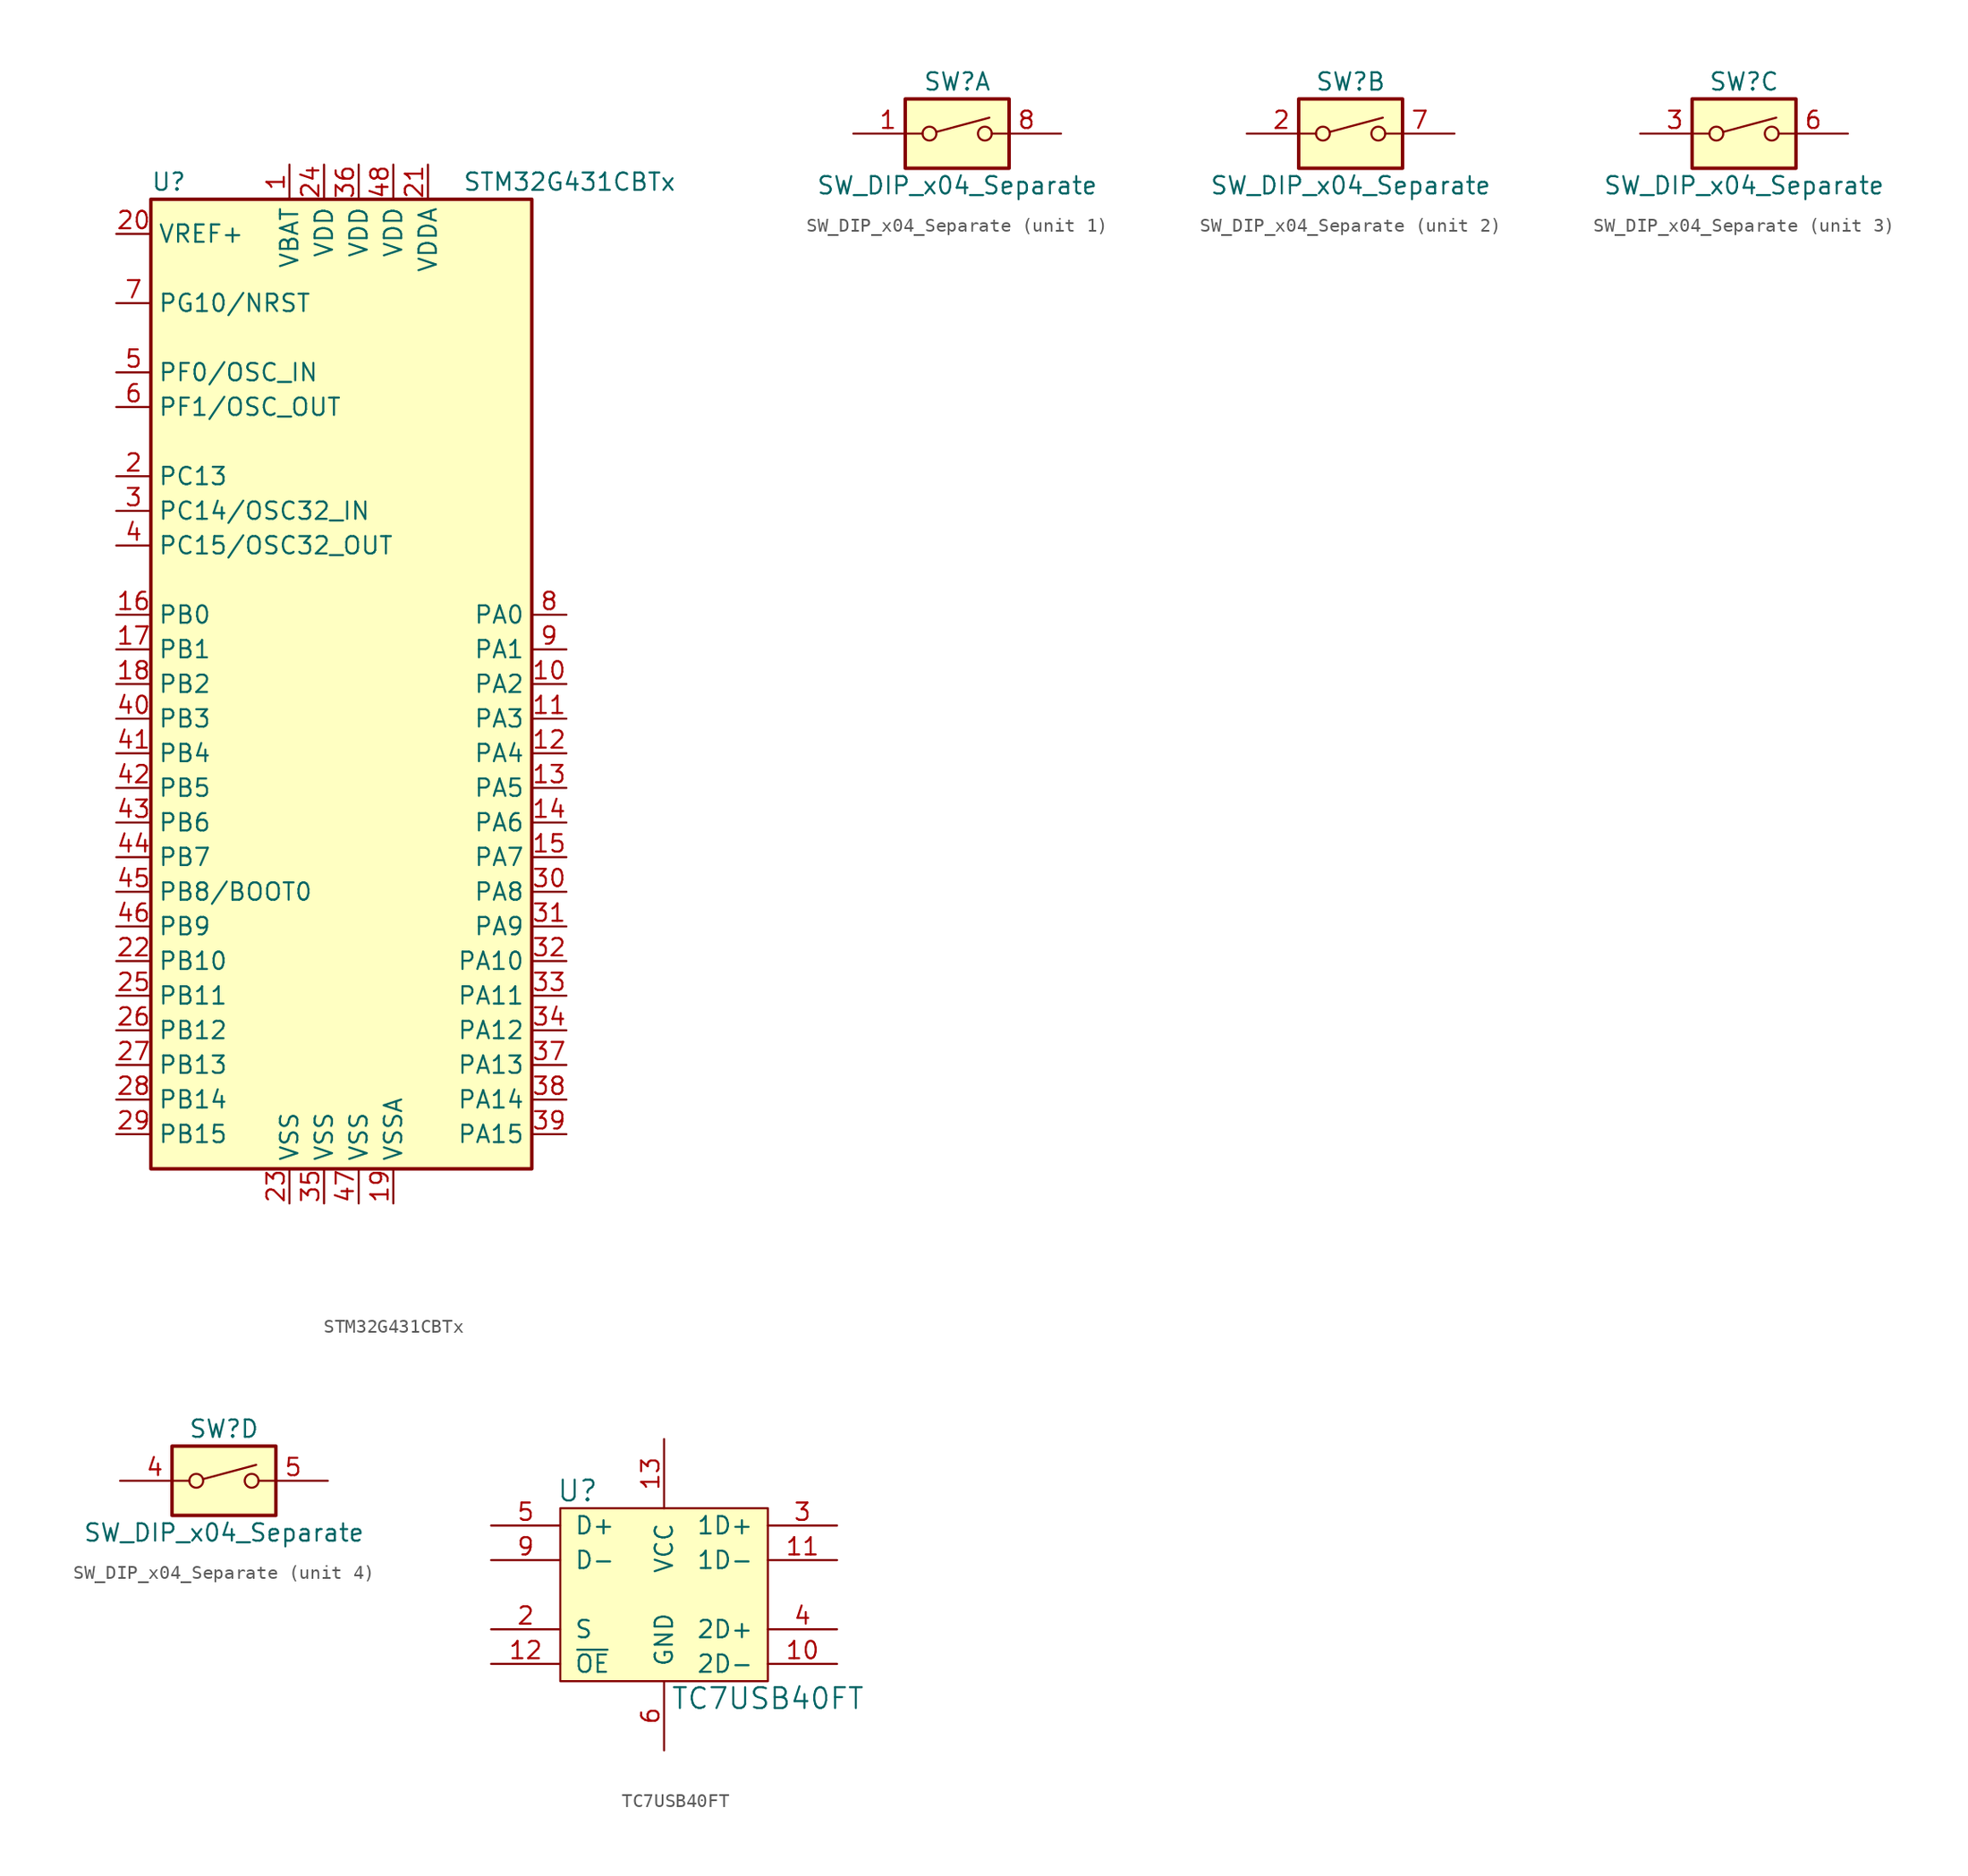
<source format=kicad_sym>
(kicad_symbol_lib
  (version 20220914)
  (generator kicad_symbol_editor)
  (symbol "STM32G431CBTx"
    (property "Reference" "U"
      (at -15.24 36.83 0)
      (effects (font (size 1.27 1.27)) (justify left)))
    (property "Value" "STM32G431CBTx"
      (at 7.62 36.83 0)
      (effects (font (size 1.27 1.27)) (justify left)))
    (symbol "STM32G431CBTx_0_1"
      (rectangle (start -15.24 -35.56) (end 12.7 35.56) (stroke (width 0.254) (type solid)) (fill (type background))))
    (symbol "STM32G431CBTx_1_1"
      (pin power_in line (at -5.08 38.1 270) (length 2.54) (name "VBAT" (effects (font (size 1.27 1.27)))) (number "1" (effects (font (size 1.27 1.27)))))
      (pin bidirectional line (at 15.24 0 180) (length 2.54) (name "PA2" (effects (font (size 1.27 1.27)))) (number "10" (effects (font (size 1.27 1.27)))))
      (pin bidirectional line (at 15.24 -2.54 180) (length 2.54) (name "PA3" (effects (font (size 1.27 1.27)))) (number "11" (effects (font (size 1.27 1.27)))))
      (pin bidirectional line (at 15.24 -5.08 180) (length 2.54) (name "PA4" (effects (font (size 1.27 1.27)))) (number "12" (effects (font (size 1.27 1.27)))))
      (pin bidirectional line (at 15.24 -7.62 180) (length 2.54) (name "PA5" (effects (font (size 1.27 1.27)))) (number "13" (effects (font (size 1.27 1.27)))))
      (pin bidirectional line (at 15.24 -10.16 180) (length 2.54) (name "PA6" (effects (font (size 1.27 1.27)))) (number "14" (effects (font (size 1.27 1.27)))))
      (pin bidirectional line (at 15.24 -12.7 180) (length 2.54) (name "PA7" (effects (font (size 1.27 1.27)))) (number "15" (effects (font (size 1.27 1.27)))))
      (pin bidirectional line (at -17.78 5.08 0) (length 2.54) (name "PB0" (effects (font (size 1.27 1.27)))) (number "16" (effects (font (size 1.27 1.27)))))
      (pin bidirectional line (at -17.78 2.54 0) (length 2.54) (name "PB1" (effects (font (size 1.27 1.27)))) (number "17" (effects (font (size 1.27 1.27)))))
      (pin bidirectional line (at -17.78 0 0) (length 2.54) (name "PB2" (effects (font (size 1.27 1.27)))) (number "18" (effects (font (size 1.27 1.27)))))
      (pin power_in line (at 2.54 -38.1 90) (length 2.54) (name "VSSA" (effects (font (size 1.27 1.27)))) (number "19" (effects (font (size 1.27 1.27)))))
      (pin bidirectional line (at -17.78 15.24 0) (length 2.54) (name "PC13" (effects (font (size 1.27 1.27)))) (number "2" (effects (font (size 1.27 1.27)))))
      (pin passive line (at -17.78 33.02 0) (length 2.54) (name "VREF+" (effects (font (size 1.27 1.27)))) (number "20" (effects (font (size 1.27 1.27)))))
      (pin power_in line (at 5.08 38.1 270) (length 2.54) (name "VDDA" (effects (font (size 1.27 1.27)))) (number "21" (effects (font (size 1.27 1.27)))))
      (pin bidirectional line (at -17.78 -20.32 0) (length 2.54) (name "PB10" (effects (font (size 1.27 1.27)))) (number "22" (effects (font (size 1.27 1.27)))))
      (pin power_in line (at -5.08 -38.1 90) (length 2.54) (name "VSS" (effects (font (size 1.27 1.27)))) (number "23" (effects (font (size 1.27 1.27)))))
      (pin power_in line (at -2.54 38.1 270) (length 2.54) (name "VDD" (effects (font (size 1.27 1.27)))) (number "24" (effects (font (size 1.27 1.27)))))
      (pin bidirectional line (at -17.78 -22.86 0) (length 2.54) (name "PB11" (effects (font (size 1.27 1.27)))) (number "25" (effects (font (size 1.27 1.27)))))
      (pin bidirectional line (at -17.78 -25.4 0) (length 2.54) (name "PB12" (effects (font (size 1.27 1.27)))) (number "26" (effects (font (size 1.27 1.27)))))
      (pin bidirectional line (at -17.78 -27.94 0) (length 2.54) (name "PB13" (effects (font (size 1.27 1.27)))) (number "27" (effects (font (size 1.27 1.27)))))
      (pin bidirectional line (at -17.78 -30.48 0) (length 2.54) (name "PB14" (effects (font (size 1.27 1.27)))) (number "28" (effects (font (size 1.27 1.27)))))
      (pin bidirectional line (at -17.78 -33.02 0) (length 2.54) (name "PB15" (effects (font (size 1.27 1.27)))) (number "29" (effects (font (size 1.27 1.27)))))
      (pin bidirectional line (at -17.78 12.7 0) (length 2.54) (name "PC14/OSC32_IN" (effects (font (size 1.27 1.27)))) (number "3" (effects (font (size 1.27 1.27)))))
      (pin bidirectional line (at 15.24 -15.24 180) (length 2.54) (name "PA8" (effects (font (size 1.27 1.27)))) (number "30" (effects (font (size 1.27 1.27)))))
      (pin bidirectional line (at 15.24 -17.78 180) (length 2.54) (name "PA9" (effects (font (size 1.27 1.27)))) (number "31" (effects (font (size 1.27 1.27)))))
      (pin bidirectional line (at 15.24 -20.32 180) (length 2.54) (name "PA10" (effects (font (size 1.27 1.27)))) (number "32" (effects (font (size 1.27 1.27)))))
      (pin bidirectional line (at 15.24 -22.86 180) (length 2.54) (name "PA11" (effects (font (size 1.27 1.27)))) (number "33" (effects (font (size 1.27 1.27)))))
      (pin bidirectional line (at 15.24 -25.4 180) (length 2.54) (name "PA12" (effects (font (size 1.27 1.27)))) (number "34" (effects (font (size 1.27 1.27)))))
      (pin power_in line (at -2.54 -38.1 90) (length 2.54) (name "VSS" (effects (font (size 1.27 1.27)))) (number "35" (effects (font (size 1.27 1.27)))))
      (pin power_in line (at 0 38.1 270) (length 2.54) (name "VDD" (effects (font (size 1.27 1.27)))) (number "36" (effects (font (size 1.27 1.27)))))
      (pin bidirectional line (at 15.24 -27.94 180) (length 2.54) (name "PA13" (effects (font (size 1.27 1.27)))) (number "37" (effects (font (size 1.27 1.27)))))
      (pin bidirectional line (at 15.24 -30.48 180) (length 2.54) (name "PA14" (effects (font (size 1.27 1.27)))) (number "38" (effects (font (size 1.27 1.27)))))
      (pin bidirectional line (at 15.24 -33.02 180) (length 2.54) (name "PA15" (effects (font (size 1.27 1.27)))) (number "39" (effects (font (size 1.27 1.27)))))
      (pin bidirectional line (at -17.78 10.16 0) (length 2.54) (name "PC15/OSC32_OUT" (effects (font (size 1.27 1.27)))) (number "4" (effects (font (size 1.27 1.27)))))
      (pin bidirectional line (at -17.78 -2.54 0) (length 2.54) (name "PB3" (effects (font (size 1.27 1.27)))) (number "40" (effects (font (size 1.27 1.27)))))
      (pin bidirectional line (at -17.78 -5.08 0) (length 2.54) (name "PB4" (effects (font (size 1.27 1.27)))) (number "41" (effects (font (size 1.27 1.27)))))
      (pin bidirectional line (at -17.78 -7.62 0) (length 2.54) (name "PB5" (effects (font (size 1.27 1.27)))) (number "42" (effects (font (size 1.27 1.27)))))
      (pin bidirectional line (at -17.78 -10.16 0) (length 2.54) (name "PB6" (effects (font (size 1.27 1.27)))) (number "43" (effects (font (size 1.27 1.27)))))
      (pin bidirectional line (at -17.78 -12.7 0) (length 2.54) (name "PB7" (effects (font (size 1.27 1.27)))) (number "44" (effects (font (size 1.27 1.27)))))
      (pin bidirectional line (at -17.78 -15.24 0) (length 2.54) (name "PB8/BOOT0" (effects (font (size 1.27 1.27)))) (number "45" (effects (font (size 1.27 1.27)))))
      (pin bidirectional line (at -17.78 -17.78 0) (length 2.54) (name "PB9" (effects (font (size 1.27 1.27)))) (number "46" (effects (font (size 1.27 1.27)))))
      (pin power_in line (at 0 -38.1 90) (length 2.54) (name "VSS" (effects (font (size 1.27 1.27)))) (number "47" (effects (font (size 1.27 1.27)))))
      (pin power_in line (at 2.54 38.1 270) (length 2.54) (name "VDD" (effects (font (size 1.27 1.27)))) (number "48" (effects (font (size 1.27 1.27)))))
      (pin input line (at -17.78 22.86 0) (length 2.54) (name "PF0/OSC_IN" (effects (font (size 1.27 1.27)))) (number "5" (effects (font (size 1.27 1.27)))))
      (pin output line (at -17.78 20.32 0) (length 2.54) (name "PF1/OSC_OUT" (effects (font (size 1.27 1.27)))) (number "6" (effects (font (size 1.27 1.27)))))
      (pin bidirectional line (at -17.78 27.94 0) (length 2.54) (name "PG10/NRST" (effects (font (size 1.27 1.27)))) (number "7" (effects (font (size 1.27 1.27)))))
      (pin bidirectional line (at 15.24 5.08 180) (length 2.54) (name "PA0" (effects (font (size 1.27 1.27)))) (number "8" (effects (font (size 1.27 1.27)))))
      (pin bidirectional line (at 15.24 2.54 180) (length 2.54) (name "PA1" (effects (font (size 1.27 1.27)))) (number "9" (effects (font (size 1.27 1.27)))))))
  (symbol "SW_DIP_x04_Separate"
    (pin_names
      (offset 0) hide)
    (property "Reference" "SW"
      (at 0 3.81 0)
      (effects (font (size 1.27 1.27))))
    (property "Value" "SW_DIP_x04_Separate"
      (at 0 -3.81 0)
      (effects (font (size 1.27 1.27))))
    (symbol "SW_DIP_x04_Separate_0_0"
      (circle (center -2.032 0) (radius 0.508) (stroke (width 0) (type solid)) (fill (type none)))
      (polyline (pts (xy -1.524 0.127) (xy 2.362 1.168)) (stroke (width 0) (type solid)) (fill (type none)))
      (circle (center 2.032 0) (radius 0.508) (stroke (width 0) (type solid)) (fill (type none))))
    (symbol "SW_DIP_x04_Separate_0_1"
      (rectangle (start -3.81 2.54) (end 3.81 -2.54) (stroke (width 0.254) (type solid)) (fill (type background))))
    (symbol "SW_DIP_x04_Separate_1_1"
      (pin passive line (at -7.62 0 0) (length 5.08) (name "~" (effects (font (size 1.27 1.27)))) (number "1" (effects (font (size 1.27 1.27)))))
      (pin passive line (at 7.62 0 180) (length 5.08) (name "~" (effects (font (size 1.27 1.27)))) (number "8" (effects (font (size 1.27 1.27))))))
    (symbol "SW_DIP_x04_Separate_2_1"
      (pin passive line (at -7.62 0 0) (length 5.08) (name "~" (effects (font (size 1.27 1.27)))) (number "2" (effects (font (size 1.27 1.27)))))
      (pin passive line (at 7.62 0 180) (length 5.08) (name "~" (effects (font (size 1.27 1.27)))) (number "7" (effects (font (size 1.27 1.27))))))
    (symbol "SW_DIP_x04_Separate_3_1"
      (pin passive line (at -7.62 0 0) (length 5.08) (name "~" (effects (font (size 1.27 1.27)))) (number "3" (effects (font (size 1.27 1.27)))))
      (pin passive line (at 7.62 0 180) (length 5.08) (name "~" (effects (font (size 1.27 1.27)))) (number "6" (effects (font (size 1.27 1.27))))))
    (symbol "SW_DIP_x04_Separate_4_1"
      (pin passive line (at -7.62 0 0) (length 5.08) (name "~" (effects (font (size 1.27 1.27)))) (number "4" (effects (font (size 1.27 1.27)))))
      (pin passive line (at 7.62 0 180) (length 5.08) (name "~" (effects (font (size 1.27 1.27)))) (number "5" (effects (font (size 1.27 1.27)))))))
  (symbol "TC7USB40FT"
    (pin_names
      (offset 1.016))
    (property "Reference" "U"
      (at -6.35 7.62 0)
      (effects (font (size 1.524 1.524))))
    (property "Value" "TC7USB40FT"
      (at 7.62 -7.62 0)
      (effects (font (size 1.524 1.524))))
    (symbol "TC7USB40FT_0_1"
      (rectangle (start -7.62 6.35) (end 7.62 -6.35) (stroke (width 0) (type solid)) (fill (type background))))
    (symbol "TC7USB40FT_1_1"
      (pin input line (at 12.7 -5.08 180) (length 5.08) (name "2D-" (effects (font (size 1.27 1.27)))) (number "10" (effects (font (size 1.27 1.27)))))
      (pin input line (at 12.7 2.54 180) (length 5.08) (name "1D-" (effects (font (size 1.27 1.27)))) (number "11" (effects (font (size 1.27 1.27)))))
      (pin input line (at -12.7 -5.08 0) (length 5.08) (name "~{OE}" (effects (font (size 1.27 1.27)))) (number "12" (effects (font (size 1.27 1.27)))))
      (pin input line (at 0 11.43 270) (length 5.08) (name "VCC" (effects (font (size 1.27 1.27)))) (number "13" (effects (font (size 1.27 1.27)))))
      (pin input line (at -12.7 -2.54 0) (length 5.08) (name "S" (effects (font (size 1.27 1.27)))) (number "2" (effects (font (size 1.27 1.27)))))
      (pin input line (at 12.7 5.08 180) (length 5.08) (name "1D+" (effects (font (size 1.27 1.27)))) (number "3" (effects (font (size 1.27 1.27)))))
      (pin input line (at 12.7 -2.54 180) (length 5.08) (name "2D+" (effects (font (size 1.27 1.27)))) (number "4" (effects (font (size 1.27 1.27)))))
      (pin input line (at -12.7 5.08 0) (length 5.08) (name "D+" (effects (font (size 1.27 1.27)))) (number "5" (effects (font (size 1.27 1.27)))))
      (pin input line (at 0 -11.43 90) (length 5.08) (name "GND" (effects (font (size 1.27 1.27)))) (number "6" (effects (font (size 1.27 1.27)))))
      (pin input line (at -12.7 2.54 0) (length 5.08) (name "D-" (effects (font (size 1.27 1.27)))) (number "9" (effects (font (size 1.27 1.27))))))))
</source>
